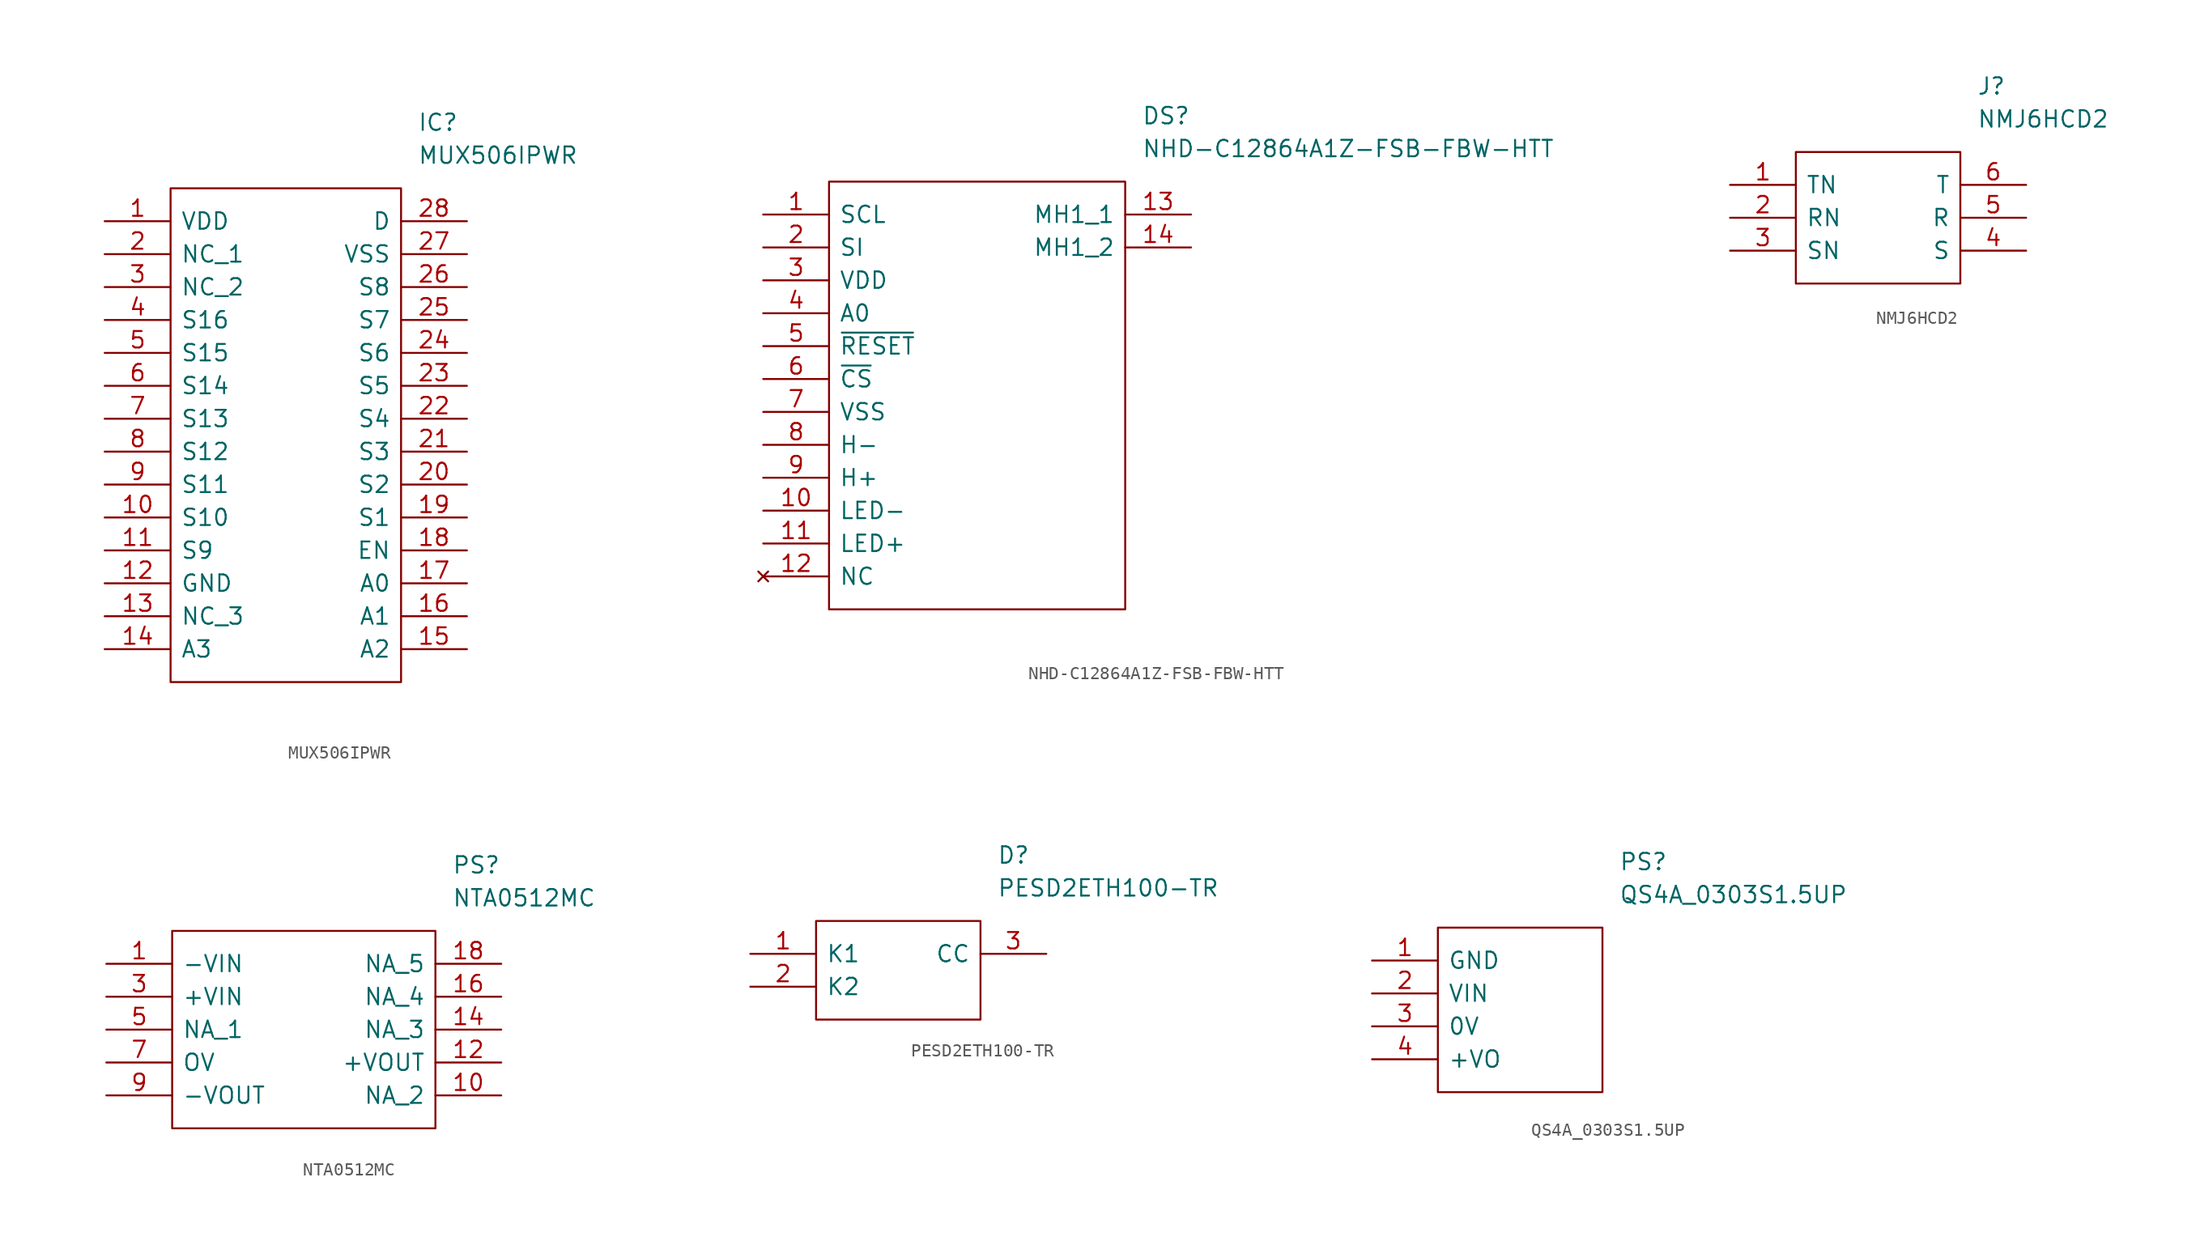
<source format=kicad_sym>
(kicad_symbol_lib
  (version 20211014)
  (generator kicad_symbol_editor)
  (symbol "MUX506IPWR"
    (pin_names
      (offset 0.762))
    (property "Reference" "IC"
      (at 24.13 7.62 0)
      (effects (font (size 1.27 1.27)) (justify left)))
    (property "Value" "MUX506IPWR"
      (at 24.13 5.08 0)
      (effects (font (size 1.27 1.27)) (justify left)))
    (symbol "MUX506IPWR_0_0"
      (pin passive line (at 0 0 0) (length 5.08) (name "VDD" (effects (font (size 1.27 1.27)))) (number "1" (effects (font (size 1.27 1.27)))))
      (pin passive line (at 0 -22.86 0) (length 5.08) (name "S10" (effects (font (size 1.27 1.27)))) (number "10" (effects (font (size 1.27 1.27)))))
      (pin passive line (at 0 -25.4 0) (length 5.08) (name "S9" (effects (font (size 1.27 1.27)))) (number "11" (effects (font (size 1.27 1.27)))))
      (pin passive line (at 0 -27.94 0) (length 5.08) (name "GND" (effects (font (size 1.27 1.27)))) (number "12" (effects (font (size 1.27 1.27)))))
      (pin passive line (at 0 -30.48 0) (length 5.08) (name "NC_3" (effects (font (size 1.27 1.27)))) (number "13" (effects (font (size 1.27 1.27)))))
      (pin passive line (at 0 -33.02 0) (length 5.08) (name "A3" (effects (font (size 1.27 1.27)))) (number "14" (effects (font (size 1.27 1.27)))))
      (pin passive line (at 27.94 -33.02 180) (length 5.08) (name "A2" (effects (font (size 1.27 1.27)))) (number "15" (effects (font (size 1.27 1.27)))))
      (pin passive line (at 27.94 -30.48 180) (length 5.08) (name "A1" (effects (font (size 1.27 1.27)))) (number "16" (effects (font (size 1.27 1.27)))))
      (pin passive line (at 27.94 -27.94 180) (length 5.08) (name "A0" (effects (font (size 1.27 1.27)))) (number "17" (effects (font (size 1.27 1.27)))))
      (pin passive line (at 27.94 -25.4 180) (length 5.08) (name "EN" (effects (font (size 1.27 1.27)))) (number "18" (effects (font (size 1.27 1.27)))))
      (pin passive line (at 27.94 -22.86 180) (length 5.08) (name "S1" (effects (font (size 1.27 1.27)))) (number "19" (effects (font (size 1.27 1.27)))))
      (pin passive line (at 0 -2.54 0) (length 5.08) (name "NC_1" (effects (font (size 1.27 1.27)))) (number "2" (effects (font (size 1.27 1.27)))))
      (pin passive line (at 27.94 -20.32 180) (length 5.08) (name "S2" (effects (font (size 1.27 1.27)))) (number "20" (effects (font (size 1.27 1.27)))))
      (pin passive line (at 27.94 -17.78 180) (length 5.08) (name "S3" (effects (font (size 1.27 1.27)))) (number "21" (effects (font (size 1.27 1.27)))))
      (pin passive line (at 27.94 -15.24 180) (length 5.08) (name "S4" (effects (font (size 1.27 1.27)))) (number "22" (effects (font (size 1.27 1.27)))))
      (pin passive line (at 27.94 -12.7 180) (length 5.08) (name "S5" (effects (font (size 1.27 1.27)))) (number "23" (effects (font (size 1.27 1.27)))))
      (pin passive line (at 27.94 -10.16 180) (length 5.08) (name "S6" (effects (font (size 1.27 1.27)))) (number "24" (effects (font (size 1.27 1.27)))))
      (pin passive line (at 27.94 -7.62 180) (length 5.08) (name "S7" (effects (font (size 1.27 1.27)))) (number "25" (effects (font (size 1.27 1.27)))))
      (pin passive line (at 27.94 -5.08 180) (length 5.08) (name "S8" (effects (font (size 1.27 1.27)))) (number "26" (effects (font (size 1.27 1.27)))))
      (pin passive line (at 27.94 -2.54 180) (length 5.08) (name "VSS" (effects (font (size 1.27 1.27)))) (number "27" (effects (font (size 1.27 1.27)))))
      (pin passive line (at 27.94 0 180) (length 5.08) (name "D" (effects (font (size 1.27 1.27)))) (number "28" (effects (font (size 1.27 1.27)))))
      (pin passive line (at 0 -5.08 0) (length 5.08) (name "NC_2" (effects (font (size 1.27 1.27)))) (number "3" (effects (font (size 1.27 1.27)))))
      (pin passive line (at 0 -7.62 0) (length 5.08) (name "S16" (effects (font (size 1.27 1.27)))) (number "4" (effects (font (size 1.27 1.27)))))
      (pin passive line (at 0 -10.16 0) (length 5.08) (name "S15" (effects (font (size 1.27 1.27)))) (number "5" (effects (font (size 1.27 1.27)))))
      (pin passive line (at 0 -12.7 0) (length 5.08) (name "S14" (effects (font (size 1.27 1.27)))) (number "6" (effects (font (size 1.27 1.27)))))
      (pin passive line (at 0 -15.24 0) (length 5.08) (name "S13" (effects (font (size 1.27 1.27)))) (number "7" (effects (font (size 1.27 1.27)))))
      (pin passive line (at 0 -17.78 0) (length 5.08) (name "S12" (effects (font (size 1.27 1.27)))) (number "8" (effects (font (size 1.27 1.27)))))
      (pin passive line (at 0 -20.32 0) (length 5.08) (name "S11" (effects (font (size 1.27 1.27)))) (number "9" (effects (font (size 1.27 1.27))))))
    (symbol "MUX506IPWR_0_1"
      (polyline (pts (xy 5.08 2.54) (xy 22.86 2.54) (xy 22.86 -35.56) (xy 5.08 -35.56) (xy 5.08 2.54)) (stroke (width 0.152) (type default) (color 0 0 0 0)) (fill (type none)))))
  (symbol "NHD-C12864A1Z-FSB-FBW-HTT"
    (pin_names
      (offset 0.762))
    (property "Reference" "DS"
      (at 29.21 7.62 0)
      (effects (font (size 1.27 1.27)) (justify left)))
    (property "Value" "NHD-C12864A1Z-FSB-FBW-HTT"
      (at 29.21 5.08 0)
      (effects (font (size 1.27 1.27)) (justify left)))
    (symbol "NHD-C12864A1Z-FSB-FBW-HTT_0_0"
      (pin passive line (at 0 0 0) (length 5.08) (name "SCL" (effects (font (size 1.27 1.27)))) (number "1" (effects (font (size 1.27 1.27)))))
      (pin passive line (at 0 -22.86 0) (length 5.08) (name "LED-" (effects (font (size 1.27 1.27)))) (number "10" (effects (font (size 1.27 1.27)))))
      (pin passive line (at 0 -25.4 0) (length 5.08) (name "LED+" (effects (font (size 1.27 1.27)))) (number "11" (effects (font (size 1.27 1.27)))))
      (pin no_connect line (at 0 -27.94 0) (length 5.08) (name "NC" (effects (font (size 1.27 1.27)))) (number "12" (effects (font (size 1.27 1.27)))))
      (pin passive line (at 33.02 0 180) (length 5.08) (name "MH1_1" (effects (font (size 1.27 1.27)))) (number "13" (effects (font (size 1.27 1.27)))))
      (pin passive line (at 33.02 -2.54 180) (length 5.08) (name "MH1_2" (effects (font (size 1.27 1.27)))) (number "14" (effects (font (size 1.27 1.27)))))
      (pin passive line (at 0 -2.54 0) (length 5.08) (name "SI" (effects (font (size 1.27 1.27)))) (number "2" (effects (font (size 1.27 1.27)))))
      (pin passive line (at 0 -5.08 0) (length 5.08) (name "VDD" (effects (font (size 1.27 1.27)))) (number "3" (effects (font (size 1.27 1.27)))))
      (pin passive line (at 0 -7.62 0) (length 5.08) (name "A0" (effects (font (size 1.27 1.27)))) (number "4" (effects (font (size 1.27 1.27)))))
      (pin passive line (at 0 -10.16 0) (length 5.08) (name "~{RESET}" (effects (font (size 1.27 1.27)))) (number "5" (effects (font (size 1.27 1.27)))))
      (pin passive line (at 0 -12.7 0) (length 5.08) (name "~{CS}" (effects (font (size 1.27 1.27)))) (number "6" (effects (font (size 1.27 1.27)))))
      (pin passive line (at 0 -15.24 0) (length 5.08) (name "VSS" (effects (font (size 1.27 1.27)))) (number "7" (effects (font (size 1.27 1.27)))))
      (pin passive line (at 0 -17.78 0) (length 5.08) (name "H-" (effects (font (size 1.27 1.27)))) (number "8" (effects (font (size 1.27 1.27)))))
      (pin passive line (at 0 -20.32 0) (length 5.08) (name "H+" (effects (font (size 1.27 1.27)))) (number "9" (effects (font (size 1.27 1.27))))))
    (symbol "NHD-C12864A1Z-FSB-FBW-HTT_0_1"
      (polyline (pts (xy 5.08 2.54) (xy 27.94 2.54) (xy 27.94 -30.48) (xy 5.08 -30.48) (xy 5.08 2.54)) (stroke (width 0.152) (type default) (color 0 0 0 0)) (fill (type none)))))
  (symbol "NMJ6HCD2"
    (pin_names
      (offset 0.762))
    (property "Reference" "J"
      (at 19.05 7.62 0)
      (effects (font (size 1.27 1.27)) (justify left)))
    (property "Value" "NMJ6HCD2"
      (at 19.05 5.08 0)
      (effects (font (size 1.27 1.27)) (justify left)))
    (symbol "NMJ6HCD2_0_0"
      (pin passive line (at 0 0 0) (length 5.08) (name "TN" (effects (font (size 1.27 1.27)))) (number "1" (effects (font (size 1.27 1.27)))))
      (pin passive line (at 0 -2.54 0) (length 5.08) (name "RN" (effects (font (size 1.27 1.27)))) (number "2" (effects (font (size 1.27 1.27)))))
      (pin passive line (at 0 -5.08 0) (length 5.08) (name "SN" (effects (font (size 1.27 1.27)))) (number "3" (effects (font (size 1.27 1.27)))))
      (pin passive line (at 22.86 -5.08 180) (length 5.08) (name "S" (effects (font (size 1.27 1.27)))) (number "4" (effects (font (size 1.27 1.27)))))
      (pin passive line (at 22.86 -2.54 180) (length 5.08) (name "R" (effects (font (size 1.27 1.27)))) (number "5" (effects (font (size 1.27 1.27)))))
      (pin passive line (at 22.86 0 180) (length 5.08) (name "T" (effects (font (size 1.27 1.27)))) (number "6" (effects (font (size 1.27 1.27))))))
    (symbol "NMJ6HCD2_0_1"
      (polyline (pts (xy 5.08 2.54) (xy 17.78 2.54) (xy 17.78 -7.62) (xy 5.08 -7.62) (xy 5.08 2.54)) (stroke (width 0.152) (type default) (color 0 0 0 0)) (fill (type none)))))
  (symbol "NTA0512MC"
    (pin_names
      (offset 0.762))
    (property "Reference" "PS"
      (at 26.67 7.62 0)
      (effects (font (size 1.27 1.27)) (justify left)))
    (property "Value" "NTA0512MC"
      (at 26.67 5.08 0)
      (effects (font (size 1.27 1.27)) (justify left)))
    (symbol "NTA0512MC_0_0"
      (pin passive line (at 0 0 0) (length 5.08) (name "-VIN" (effects (font (size 1.27 1.27)))) (number "1" (effects (font (size 1.27 1.27)))))
      (pin passive line (at 30.48 -10.16 180) (length 5.08) (name "NA_2" (effects (font (size 1.27 1.27)))) (number "10" (effects (font (size 1.27 1.27)))))
      (pin passive line (at 30.48 -7.62 180) (length 5.08) (name "+VOUT" (effects (font (size 1.27 1.27)))) (number "12" (effects (font (size 1.27 1.27)))))
      (pin passive line (at 30.48 -5.08 180) (length 5.08) (name "NA_3" (effects (font (size 1.27 1.27)))) (number "14" (effects (font (size 1.27 1.27)))))
      (pin passive line (at 30.48 -2.54 180) (length 5.08) (name "NA_4" (effects (font (size 1.27 1.27)))) (number "16" (effects (font (size 1.27 1.27)))))
      (pin passive line (at 30.48 0 180) (length 5.08) (name "NA_5" (effects (font (size 1.27 1.27)))) (number "18" (effects (font (size 1.27 1.27)))))
      (pin passive line (at 0 -2.54 0) (length 5.08) (name "+VIN" (effects (font (size 1.27 1.27)))) (number "3" (effects (font (size 1.27 1.27)))))
      (pin passive line (at 0 -5.08 0) (length 5.08) (name "NA_1" (effects (font (size 1.27 1.27)))) (number "5" (effects (font (size 1.27 1.27)))))
      (pin passive line (at 0 -7.62 0) (length 5.08) (name "OV" (effects (font (size 1.27 1.27)))) (number "7" (effects (font (size 1.27 1.27)))))
      (pin passive line (at 0 -10.16 0) (length 5.08) (name "-VOUT" (effects (font (size 1.27 1.27)))) (number "9" (effects (font (size 1.27 1.27))))))
    (symbol "NTA0512MC_0_1"
      (polyline (pts (xy 5.08 2.54) (xy 25.4 2.54) (xy 25.4 -12.7) (xy 5.08 -12.7) (xy 5.08 2.54)) (stroke (width 0.152) (type default) (color 0 0 0 0)) (fill (type none)))))
  (symbol "PESD2ETH100-TR"
    (pin_names
      (offset 0.762))
    (property "Reference" "D"
      (at 19.05 7.62 0)
      (effects (font (size 1.27 1.27)) (justify left)))
    (property "Value" "PESD2ETH100-TR"
      (at 19.05 5.08 0)
      (effects (font (size 1.27 1.27)) (justify left)))
    (symbol "PESD2ETH100-TR_0_0"
      (pin passive line (at 0 0 0) (length 5.08) (name "K1" (effects (font (size 1.27 1.27)))) (number "1" (effects (font (size 1.27 1.27)))))
      (pin passive line (at 0 -2.54 0) (length 5.08) (name "K2" (effects (font (size 1.27 1.27)))) (number "2" (effects (font (size 1.27 1.27)))))
      (pin passive line (at 22.86 0 180) (length 5.08) (name "CC" (effects (font (size 1.27 1.27)))) (number "3" (effects (font (size 1.27 1.27))))))
    (symbol "PESD2ETH100-TR_0_1"
      (polyline (pts (xy 5.08 2.54) (xy 17.78 2.54) (xy 17.78 -5.08) (xy 5.08 -5.08) (xy 5.08 2.54)) (stroke (width 0.152) (type default) (color 0 0 0 0)) (fill (type none)))))
  (symbol "QS4A_0303S1.5UP"
    (pin_names
      (offset 0.762))
    (property "Reference" "PS"
      (at 19.05 7.62 0)
      (effects (font (size 1.27 1.27)) (justify left)))
    (property "Value" "QS4A_0303S1.5UP"
      (at 19.05 5.08 0)
      (effects (font (size 1.27 1.27)) (justify left)))
    (symbol "QS4A_0303S1.5UP_0_0"
      (pin passive line (at 0 0 0) (length 5.08) (name "GND" (effects (font (size 1.27 1.27)))) (number "1" (effects (font (size 1.27 1.27)))))
      (pin passive line (at 0 -2.54 0) (length 5.08) (name "VIN" (effects (font (size 1.27 1.27)))) (number "2" (effects (font (size 1.27 1.27)))))
      (pin passive line (at 0 -5.08 0) (length 5.08) (name "0V" (effects (font (size 1.27 1.27)))) (number "3" (effects (font (size 1.27 1.27)))))
      (pin passive line (at 0 -7.62 0) (length 5.08) (name "+VO" (effects (font (size 1.27 1.27)))) (number "4" (effects (font (size 1.27 1.27))))))
    (symbol "QS4A_0303S1.5UP_0_1"
      (polyline (pts (xy 5.08 2.54) (xy 17.78 2.54) (xy 17.78 -10.16) (xy 5.08 -10.16) (xy 5.08 2.54)) (stroke (width 0.152) (type default) (color 0 0 0 0)) (fill (type none))))))
</source>
